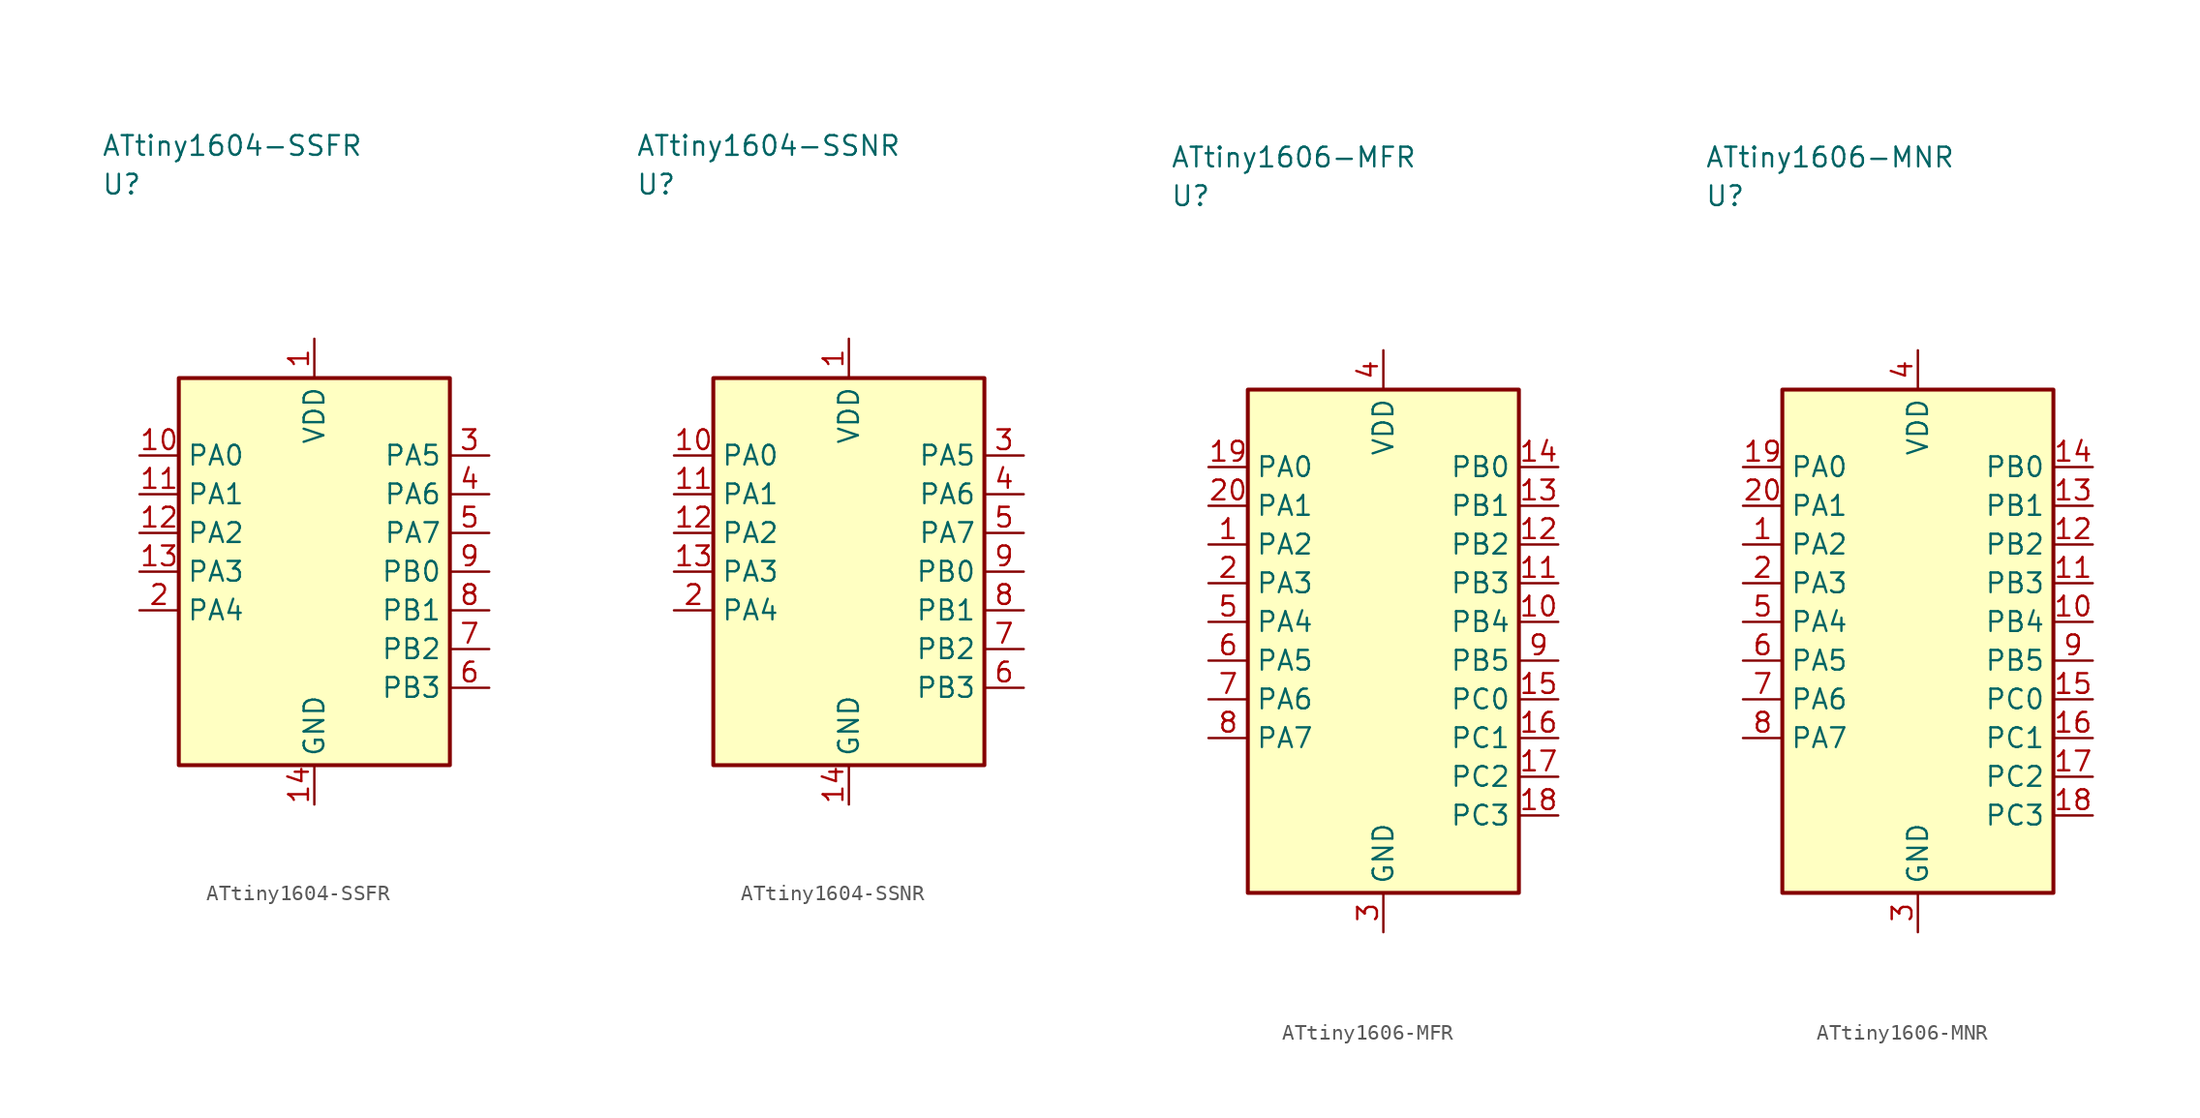
<source format=kicad_sym>
(kicad_symbol_lib
  (version 20241025)
  (generator "kicad_symbol_editor")
  (generator_version "8.0")
  (symbol "ATtiny1604-SSFR"
    (property "Reference" "U"
      (at -13.75 25.0 0)
      (effects (font (size 1.27 1.27)) (justify left)))
    (property "Value" "ATtiny1604-SSFR"
      (at -13.75 27.5 0)
      (effects (font (size 1.27 1.27)) (justify left)))
    (symbol "ATtiny1604-SSFR_0_1"
      (rectangle (start -8.75 12.5) (end 8.75 -12.5) (stroke (width 0.254) (type default)) (fill (type background))))
    (symbol "ATtiny1604-SSFR_1_1"
      (pin power_in line (at 0.0 15.04 270.0) (length 2.54) (name "VDD" (effects (font (size 1.27 1.27)))) (number "1" (effects (font (size 1.27 1.27)))))
      (pin bidirectional line (at -11.29 -2.5 0.0) (length 2.54) (name "PA4" (effects (font (size 1.27 1.27)))) (number "2" (effects (font (size 1.27 1.27)))))
      (pin bidirectional line (at 11.29 7.5 180.0) (length 2.54) (name "PA5" (effects (font (size 1.27 1.27)))) (number "3" (effects (font (size 1.27 1.27)))))
      (pin bidirectional line (at 11.29 5.0 180.0) (length 2.54) (name "PA6" (effects (font (size 1.27 1.27)))) (number "4" (effects (font (size 1.27 1.27)))))
      (pin bidirectional line (at 11.29 2.5 180.0) (length 2.54) (name "PA7" (effects (font (size 1.27 1.27)))) (number "5" (effects (font (size 1.27 1.27)))))
      (pin bidirectional line (at 11.29 -7.5 180.0) (length 2.54) (name "PB3" (effects (font (size 1.27 1.27)))) (number "6" (effects (font (size 1.27 1.27)))))
      (pin bidirectional line (at 11.29 -5.0 180.0) (length 2.54) (name "PB2" (effects (font (size 1.27 1.27)))) (number "7" (effects (font (size 1.27 1.27)))))
      (pin bidirectional line (at 11.29 -2.5 180.0) (length 2.54) (name "PB1" (effects (font (size 1.27 1.27)))) (number "8" (effects (font (size 1.27 1.27)))))
      (pin bidirectional line (at 11.29 0.0 180.0) (length 2.54) (name "PB0" (effects (font (size 1.27 1.27)))) (number "9" (effects (font (size 1.27 1.27)))))
      (pin bidirectional line (at -11.29 7.5 0.0) (length 2.54) (name "PA0" (effects (font (size 1.27 1.27)))) (number "10" (effects (font (size 1.27 1.27)))))
      (pin bidirectional line (at -11.29 5.0 0.0) (length 2.54) (name "PA1" (effects (font (size 1.27 1.27)))) (number "11" (effects (font (size 1.27 1.27)))))
      (pin bidirectional line (at -11.29 2.5 0.0) (length 2.54) (name "PA2" (effects (font (size 1.27 1.27)))) (number "12" (effects (font (size 1.27 1.27)))))
      (pin bidirectional line (at -11.29 0.0 0.0) (length 2.54) (name "PA3" (effects (font (size 1.27 1.27)))) (number "13" (effects (font (size 1.27 1.27)))))
      (pin passive line (at 0.0 -15.04 90.0) (length 2.54) (name "GND" (effects (font (size 1.27 1.27)))) (number "14" (effects (font (size 1.27 1.27)))))))
  (symbol "ATtiny1604-SSNR"
    (property "Reference" "U"
      (at -13.75 25.0 0)
      (effects (font (size 1.27 1.27)) (justify left)))
    (property "Value" "ATtiny1604-SSNR"
      (at -13.75 27.5 0)
      (effects (font (size 1.27 1.27)) (justify left)))
    (symbol "ATtiny1604-SSNR_0_1"
      (rectangle (start -8.75 12.5) (end 8.75 -12.5) (stroke (width 0.254) (type default)) (fill (type background))))
    (symbol "ATtiny1604-SSNR_1_1"
      (pin power_in line (at 0.0 15.04 270.0) (length 2.54) (name "VDD" (effects (font (size 1.27 1.27)))) (number "1" (effects (font (size 1.27 1.27)))))
      (pin bidirectional line (at -11.29 -2.5 0.0) (length 2.54) (name "PA4" (effects (font (size 1.27 1.27)))) (number "2" (effects (font (size 1.27 1.27)))))
      (pin bidirectional line (at 11.29 7.5 180.0) (length 2.54) (name "PA5" (effects (font (size 1.27 1.27)))) (number "3" (effects (font (size 1.27 1.27)))))
      (pin bidirectional line (at 11.29 5.0 180.0) (length 2.54) (name "PA6" (effects (font (size 1.27 1.27)))) (number "4" (effects (font (size 1.27 1.27)))))
      (pin bidirectional line (at 11.29 2.5 180.0) (length 2.54) (name "PA7" (effects (font (size 1.27 1.27)))) (number "5" (effects (font (size 1.27 1.27)))))
      (pin bidirectional line (at 11.29 -7.5 180.0) (length 2.54) (name "PB3" (effects (font (size 1.27 1.27)))) (number "6" (effects (font (size 1.27 1.27)))))
      (pin bidirectional line (at 11.29 -5.0 180.0) (length 2.54) (name "PB2" (effects (font (size 1.27 1.27)))) (number "7" (effects (font (size 1.27 1.27)))))
      (pin bidirectional line (at 11.29 -2.5 180.0) (length 2.54) (name "PB1" (effects (font (size 1.27 1.27)))) (number "8" (effects (font (size 1.27 1.27)))))
      (pin bidirectional line (at 11.29 0.0 180.0) (length 2.54) (name "PB0" (effects (font (size 1.27 1.27)))) (number "9" (effects (font (size 1.27 1.27)))))
      (pin bidirectional line (at -11.29 7.5 0.0) (length 2.54) (name "PA0" (effects (font (size 1.27 1.27)))) (number "10" (effects (font (size 1.27 1.27)))))
      (pin bidirectional line (at -11.29 5.0 0.0) (length 2.54) (name "PA1" (effects (font (size 1.27 1.27)))) (number "11" (effects (font (size 1.27 1.27)))))
      (pin bidirectional line (at -11.29 2.5 0.0) (length 2.54) (name "PA2" (effects (font (size 1.27 1.27)))) (number "12" (effects (font (size 1.27 1.27)))))
      (pin bidirectional line (at -11.29 0.0 0.0) (length 2.54) (name "PA3" (effects (font (size 1.27 1.27)))) (number "13" (effects (font (size 1.27 1.27)))))
      (pin passive line (at 0.0 -15.04 90.0) (length 2.54) (name "GND" (effects (font (size 1.27 1.27)))) (number "14" (effects (font (size 1.27 1.27)))))))
  (symbol "ATtiny1606-MFR"
    (property "Reference" "U"
      (at -13.75 28.75 0)
      (effects (font (size 1.27 1.27)) (justify left)))
    (property "Value" "ATtiny1606-MFR"
      (at -13.75 31.25 0)
      (effects (font (size 1.27 1.27)) (justify left)))
    (symbol "ATtiny1606-MFR_0_1"
      (rectangle (start -8.75 16.25) (end 8.75 -16.25) (stroke (width 0.254) (type default)) (fill (type background))))
    (symbol "ATtiny1606-MFR_1_1"
      (pin bidirectional line (at -11.29 6.25 0.0) (length 2.54) (name "PA2" (effects (font (size 1.27 1.27)))) (number "1" (effects (font (size 1.27 1.27)))))
      (pin bidirectional line (at -11.29 3.75 0.0) (length 2.54) (name "PA3" (effects (font (size 1.27 1.27)))) (number "2" (effects (font (size 1.27 1.27)))))
      (pin passive line (at 0.0 -18.79 90.0) (length 2.54) (name "GND" (effects (font (size 1.27 1.27)))) (number "3" (effects (font (size 1.27 1.27)))))
      (pin power_in line (at 0.0 18.79 270.0) (length 2.54) (name "VDD" (effects (font (size 1.27 1.27)))) (number "4" (effects (font (size 1.27 1.27)))))
      (pin bidirectional line (at -11.29 1.25 0.0) (length 2.54) (name "PA4" (effects (font (size 1.27 1.27)))) (number "5" (effects (font (size 1.27 1.27)))))
      (pin bidirectional line (at -11.29 -1.25 0.0) (length 2.54) (name "PA5" (effects (font (size 1.27 1.27)))) (number "6" (effects (font (size 1.27 1.27)))))
      (pin bidirectional line (at -11.29 -3.75 0.0) (length 2.54) (name "PA6" (effects (font (size 1.27 1.27)))) (number "7" (effects (font (size 1.27 1.27)))))
      (pin bidirectional line (at -11.29 -6.25 0.0) (length 2.54) (name "PA7" (effects (font (size 1.27 1.27)))) (number "8" (effects (font (size 1.27 1.27)))))
      (pin bidirectional line (at 11.29 -1.25 180.0) (length 2.54) (name "PB5" (effects (font (size 1.27 1.27)))) (number "9" (effects (font (size 1.27 1.27)))))
      (pin bidirectional line (at 11.29 1.25 180.0) (length 2.54) (name "PB4" (effects (font (size 1.27 1.27)))) (number "10" (effects (font (size 1.27 1.27)))))
      (pin bidirectional line (at 11.29 3.75 180.0) (length 2.54) (name "PB3" (effects (font (size 1.27 1.27)))) (number "11" (effects (font (size 1.27 1.27)))))
      (pin bidirectional line (at 11.29 6.25 180.0) (length 2.54) (name "PB2" (effects (font (size 1.27 1.27)))) (number "12" (effects (font (size 1.27 1.27)))))
      (pin bidirectional line (at 11.29 8.75 180.0) (length 2.54) (name "PB1" (effects (font (size 1.27 1.27)))) (number "13" (effects (font (size 1.27 1.27)))))
      (pin bidirectional line (at 11.29 11.25 180.0) (length 2.54) (name "PB0" (effects (font (size 1.27 1.27)))) (number "14" (effects (font (size 1.27 1.27)))))
      (pin bidirectional line (at 11.29 -3.75 180.0) (length 2.54) (name "PC0" (effects (font (size 1.27 1.27)))) (number "15" (effects (font (size 1.27 1.27)))))
      (pin bidirectional line (at 11.29 -6.25 180.0) (length 2.54) (name "PC1" (effects (font (size 1.27 1.27)))) (number "16" (effects (font (size 1.27 1.27)))))
      (pin bidirectional line (at 11.29 -8.75 180.0) (length 2.54) (name "PC2" (effects (font (size 1.27 1.27)))) (number "17" (effects (font (size 1.27 1.27)))))
      (pin bidirectional line (at 11.29 -11.25 180.0) (length 2.54) (name "PC3" (effects (font (size 1.27 1.27)))) (number "18" (effects (font (size 1.27 1.27)))))
      (pin bidirectional line (at -11.29 11.25 0.0) (length 2.54) (name "PA0" (effects (font (size 1.27 1.27)))) (number "19" (effects (font (size 1.27 1.27)))))
      (pin bidirectional line (at -11.29 8.75 0.0) (length 2.54) (name "PA1" (effects (font (size 1.27 1.27)))) (number "20" (effects (font (size 1.27 1.27)))))))
  (symbol "ATtiny1606-MNR"
    (property "Reference" "U"
      (at -13.75 28.75 0)
      (effects (font (size 1.27 1.27)) (justify left)))
    (property "Value" "ATtiny1606-MNR"
      (at -13.75 31.25 0)
      (effects (font (size 1.27 1.27)) (justify left)))
    (symbol "ATtiny1606-MNR_0_1"
      (rectangle (start -8.75 16.25) (end 8.75 -16.25) (stroke (width 0.254) (type default)) (fill (type background))))
    (symbol "ATtiny1606-MNR_1_1"
      (pin bidirectional line (at -11.29 6.25 0.0) (length 2.54) (name "PA2" (effects (font (size 1.27 1.27)))) (number "1" (effects (font (size 1.27 1.27)))))
      (pin bidirectional line (at -11.29 3.75 0.0) (length 2.54) (name "PA3" (effects (font (size 1.27 1.27)))) (number "2" (effects (font (size 1.27 1.27)))))
      (pin passive line (at 0.0 -18.79 90.0) (length 2.54) (name "GND" (effects (font (size 1.27 1.27)))) (number "3" (effects (font (size 1.27 1.27)))))
      (pin power_in line (at 0.0 18.79 270.0) (length 2.54) (name "VDD" (effects (font (size 1.27 1.27)))) (number "4" (effects (font (size 1.27 1.27)))))
      (pin bidirectional line (at -11.29 1.25 0.0) (length 2.54) (name "PA4" (effects (font (size 1.27 1.27)))) (number "5" (effects (font (size 1.27 1.27)))))
      (pin bidirectional line (at -11.29 -1.25 0.0) (length 2.54) (name "PA5" (effects (font (size 1.27 1.27)))) (number "6" (effects (font (size 1.27 1.27)))))
      (pin bidirectional line (at -11.29 -3.75 0.0) (length 2.54) (name "PA6" (effects (font (size 1.27 1.27)))) (number "7" (effects (font (size 1.27 1.27)))))
      (pin bidirectional line (at -11.29 -6.25 0.0) (length 2.54) (name "PA7" (effects (font (size 1.27 1.27)))) (number "8" (effects (font (size 1.27 1.27)))))
      (pin bidirectional line (at 11.29 -1.25 180.0) (length 2.54) (name "PB5" (effects (font (size 1.27 1.27)))) (number "9" (effects (font (size 1.27 1.27)))))
      (pin bidirectional line (at 11.29 1.25 180.0) (length 2.54) (name "PB4" (effects (font (size 1.27 1.27)))) (number "10" (effects (font (size 1.27 1.27)))))
      (pin bidirectional line (at 11.29 3.75 180.0) (length 2.54) (name "PB3" (effects (font (size 1.27 1.27)))) (number "11" (effects (font (size 1.27 1.27)))))
      (pin bidirectional line (at 11.29 6.25 180.0) (length 2.54) (name "PB2" (effects (font (size 1.27 1.27)))) (number "12" (effects (font (size 1.27 1.27)))))
      (pin bidirectional line (at 11.29 8.75 180.0) (length 2.54) (name "PB1" (effects (font (size 1.27 1.27)))) (number "13" (effects (font (size 1.27 1.27)))))
      (pin bidirectional line (at 11.29 11.25 180.0) (length 2.54) (name "PB0" (effects (font (size 1.27 1.27)))) (number "14" (effects (font (size 1.27 1.27)))))
      (pin bidirectional line (at 11.29 -3.75 180.0) (length 2.54) (name "PC0" (effects (font (size 1.27 1.27)))) (number "15" (effects (font (size 1.27 1.27)))))
      (pin bidirectional line (at 11.29 -6.25 180.0) (length 2.54) (name "PC1" (effects (font (size 1.27 1.27)))) (number "16" (effects (font (size 1.27 1.27)))))
      (pin bidirectional line (at 11.29 -8.75 180.0) (length 2.54) (name "PC2" (effects (font (size 1.27 1.27)))) (number "17" (effects (font (size 1.27 1.27)))))
      (pin bidirectional line (at 11.29 -11.25 180.0) (length 2.54) (name "PC3" (effects (font (size 1.27 1.27)))) (number "18" (effects (font (size 1.27 1.27)))))
      (pin bidirectional line (at -11.29 11.25 0.0) (length 2.54) (name "PA0" (effects (font (size 1.27 1.27)))) (number "19" (effects (font (size 1.27 1.27)))))
      (pin bidirectional line (at -11.29 8.75 0.0) (length 2.54) (name "PA1" (effects (font (size 1.27 1.27)))) (number "20" (effects (font (size 1.27 1.27))))))))
</source>
